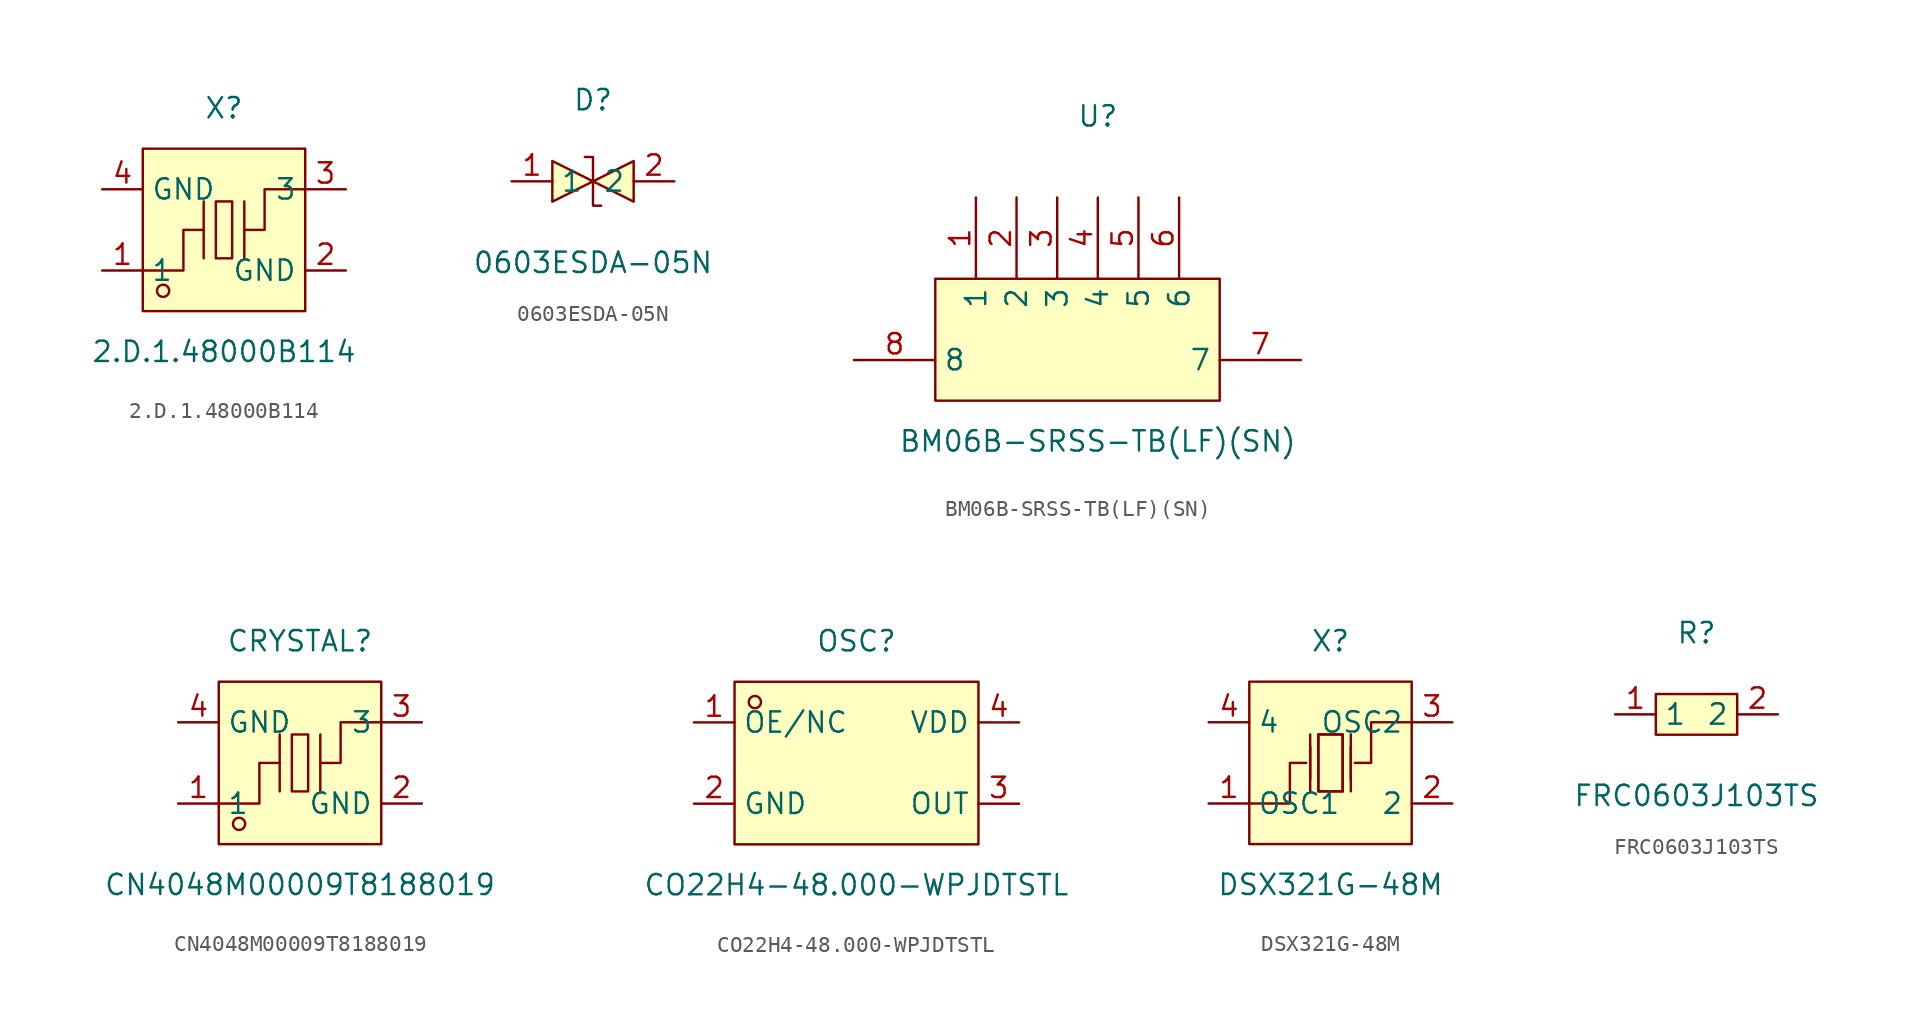
<source format=kicad_sym>
(kicad_symbol_lib
  (version 20211014)
  (generator https://github.com/uPesy/easyeda2kicad.py)
  (symbol "2.D.1.48000B114"
    (property "Reference" "X"
      (at 0 7.62 0)
      (effects (font (size 1.27 1.27))))
    (property "Value" "2.D.1.48000B114"
      (at 0 -7.62 0)
      (effects (font (size 1.27 1.27))))
    (symbol "2.D.1.48000B114_0_1"
      (rectangle (start -5.08 5.08) (end 5.08 -5.08) (stroke (width 0) (type default) (color 0 0 0 0)) (fill (type background)))
      (rectangle (start -0.51 1.78) (end 0.51 -1.78) (stroke (width 0) (type default) (color 0 0 0 0)) (fill (type background)))
      (circle (center -3.81 -3.81) (radius 0.38) (stroke (width 0) (type default) (color 0 0 0 0)) (fill (type none)))
      (polyline (pts (xy -1.27 -1.78) (xy -1.27 1.78)) (stroke (width 0) (type default) (color 0 0 0 0)) (fill (type none)))
      (polyline (pts (xy 1.27 -1.78) (xy 1.27 1.78)) (stroke (width 0) (type default) (color 0 0 0 0)) (fill (type none)))
      (polyline (pts (xy -5.08 -2.54) (xy -2.54 -2.54) (xy -2.54 -0.00) (xy -1.27 -0.00)) (stroke (width 0) (type default) (color 0 0 0 0)) (fill (type none)))
      (polyline (pts (xy 5.08 2.54) (xy 2.54 2.54) (xy 2.54 -0.00) (xy 1.27 -0.00)) (stroke (width 0) (type default) (color 0 0 0 0)) (fill (type none)))
      (pin input line (at -7.62 -2.54 0) (length 2.54) (name "1" (effects (font (size 1.27 1.27)))) (number "1" (effects (font (size 1.27 1.27)))))
      (pin input line (at 7.62 2.54 180) (length 2.54) (name "3" (effects (font (size 1.27 1.27)))) (number "3" (effects (font (size 1.27 1.27)))))
      (pin input line (at -7.62 2.54 0) (length 2.54) (name "GND" (effects (font (size 1.27 1.27)))) (number "4" (effects (font (size 1.27 1.27)))))
      (pin input line (at 7.62 -2.54 180) (length 2.54) (name "GND" (effects (font (size 1.27 1.27)))) (number "2" (effects (font (size 1.27 1.27)))))))
  (symbol "0603ESDA-05N"
    (property "Reference" "D"
      (at 0 5.08 0)
      (effects (font (size 1.27 1.27))))
    (property "Value" "0603ESDA-05N"
      (at 0 -5.08 0)
      (effects (font (size 1.27 1.27))))
    (symbol "0603ESDA-05N_0_1"
      (polyline (pts (xy -0.51 1.52) (xy -0.51 1.52) (xy 0.00 1.52) (xy 0.00 -1.52) (xy 0.51 -1.52) (xy 0.51 -1.52)) (stroke (width 0) (type default) (color 0 0 0 0)) (fill (type none)))
      (polyline (pts (xy -2.54 1.27) (xy 0.00 -0.00) (xy -2.54 -1.27) (xy -2.54 1.27)) (stroke (width 0) (type default) (color 0 0 0 0)) (fill (type background)))
      (polyline (pts (xy 2.54 1.27) (xy 0.00 -0.00) (xy 2.54 -1.27) (xy 2.54 1.27)) (stroke (width 0) (type default) (color 0 0 0 0)) (fill (type background)))
      (pin unspecified line (at 5.08 -0.00 180) (length 2.54) (name "2" (effects (font (size 1.27 1.27)))) (number "2" (effects (font (size 1.27 1.27)))))
      (pin unspecified line (at -5.08 -0.00 0) (length 2.54) (name "1" (effects (font (size 1.27 1.27)))) (number "1" (effects (font (size 1.27 1.27)))))))
  (symbol "BM06B-SRSS-TB(LF)(SN)"
    (property "Reference" "U"
      (at 0 12.70 0)
      (effects (font (size 1.27 1.27))))
    (property "Value" "BM06B-SRSS-TB(LF)(SN)"
      (at 0 -7.62 0)
      (effects (font (size 1.27 1.27))))
    (symbol "BM06B-SRSS-TB(LF)(SN)_0_1"
      (rectangle (start -10.16 2.54) (end 7.62 -5.08) (stroke (width 0) (type default) (color 0 0 0 0)) (fill (type background)))
      (pin unspecified line (at -7.62 7.62 270) (length 5.08) (name "1" (effects (font (size 1.27 1.27)))) (number "1" (effects (font (size 1.27 1.27)))))
      (pin unspecified line (at -5.08 7.62 270) (length 5.08) (name "2" (effects (font (size 1.27 1.27)))) (number "2" (effects (font (size 1.27 1.27)))))
      (pin unspecified line (at -2.54 7.62 270) (length 5.08) (name "3" (effects (font (size 1.27 1.27)))) (number "3" (effects (font (size 1.27 1.27)))))
      (pin unspecified line (at 0.00 7.62 270) (length 5.08) (name "4" (effects (font (size 1.27 1.27)))) (number "4" (effects (font (size 1.27 1.27)))))
      (pin unspecified line (at 2.54 7.62 270) (length 5.08) (name "5" (effects (font (size 1.27 1.27)))) (number "5" (effects (font (size 1.27 1.27)))))
      (pin unspecified line (at 5.08 7.62 270) (length 5.08) (name "6" (effects (font (size 1.27 1.27)))) (number "6" (effects (font (size 1.27 1.27)))))
      (pin unspecified line (at 12.70 -2.54 180) (length 5.08) (name "7" (effects (font (size 1.27 1.27)))) (number "7" (effects (font (size 1.27 1.27)))))
      (pin unspecified line (at -15.24 -2.54 0) (length 5.08) (name "8" (effects (font (size 1.27 1.27)))) (number "8" (effects (font (size 1.27 1.27)))))))
  (symbol "CN4048M00009T8188019"
    (property "Reference" "CRYSTAL"
      (at 0 7.62 0)
      (effects (font (size 1.27 1.27))))
    (property "Value" "CN4048M00009T8188019"
      (at 0 -7.62 0)
      (effects (font (size 1.27 1.27))))
    (symbol "CN4048M00009T8188019_0_1"
      (rectangle (start -5.08 5.08) (end 5.08 -5.08) (stroke (width 0) (type default) (color 0 0 0 0)) (fill (type background)))
      (rectangle (start -0.51 1.78) (end 0.51 -1.78) (stroke (width 0) (type default) (color 0 0 0 0)) (fill (type background)))
      (circle (center -3.81 -3.81) (radius 0.38) (stroke (width 0) (type default) (color 0 0 0 0)) (fill (type none)))
      (polyline (pts (xy -1.27 -1.78) (xy -1.27 1.78)) (stroke (width 0) (type default) (color 0 0 0 0)) (fill (type none)))
      (polyline (pts (xy 1.27 -1.78) (xy 1.27 1.78)) (stroke (width 0) (type default) (color 0 0 0 0)) (fill (type none)))
      (polyline (pts (xy -5.08 -2.54) (xy -2.54 -2.54) (xy -2.54 -0.00) (xy -1.27 -0.00)) (stroke (width 0) (type default) (color 0 0 0 0)) (fill (type none)))
      (polyline (pts (xy 5.08 2.54) (xy 2.54 2.54) (xy 2.54 -0.00) (xy 1.27 -0.00)) (stroke (width 0) (type default) (color 0 0 0 0)) (fill (type none)))
      (pin input line (at -7.62 -2.54 0) (length 2.54) (name "1" (effects (font (size 1.27 1.27)))) (number "1" (effects (font (size 1.27 1.27)))))
      (pin input line (at 7.62 2.54 180) (length 2.54) (name "3" (effects (font (size 1.27 1.27)))) (number "3" (effects (font (size 1.27 1.27)))))
      (pin input line (at -7.62 2.54 0) (length 2.54) (name "GND" (effects (font (size 1.27 1.27)))) (number "4" (effects (font (size 1.27 1.27)))))
      (pin input line (at 7.62 -2.54 180) (length 2.54) (name "GND" (effects (font (size 1.27 1.27)))) (number "2" (effects (font (size 1.27 1.27)))))))
  (symbol "CO22H4-48.000-WPJDTSTL"
    (property "Reference" "OSC"
      (at 0 7.62 0)
      (effects (font (size 1.27 1.27))))
    (property "Value" "CO22H4-48.000-WPJDTSTL"
      (at 0 -7.62 0)
      (effects (font (size 1.27 1.27))))
    (symbol "CO22H4-48.000-WPJDTSTL_0_1"
      (rectangle (start -7.62 5.08) (end 7.62 -5.08) (stroke (width 0) (type default) (color 0 0 0 0)) (fill (type background)))
      (circle (center -6.35 3.81) (radius 0.38) (stroke (width 0) (type default) (color 0 0 0 0)) (fill (type none)))
      (pin unspecified line (at -10.16 2.54 0) (length 2.54) (name "OE/NC" (effects (font (size 1.27 1.27)))) (number "1" (effects (font (size 1.27 1.27)))))
      (pin unspecified line (at -10.16 -2.54 0) (length 2.54) (name "GND" (effects (font (size 1.27 1.27)))) (number "2" (effects (font (size 1.27 1.27)))))
      (pin unspecified line (at 10.16 -2.54 180) (length 2.54) (name "OUT" (effects (font (size 1.27 1.27)))) (number "3" (effects (font (size 1.27 1.27)))))
      (pin unspecified line (at 10.16 2.54 180) (length 2.54) (name "VDD" (effects (font (size 1.27 1.27)))) (number "4" (effects (font (size 1.27 1.27)))))))
  (symbol "DSX321G-48M"
    (property "Reference" "X"
      (at 0 7.62 0)
      (effects (font (size 1.27 1.27))))
    (property "Value" "DSX321G-48M"
      (at 0 -7.62 0)
      (effects (font (size 1.27 1.27))))
    (symbol "DSX321G-48M_0_1"
      (rectangle (start -5.08 5.08) (end 5.08 -5.08) (stroke (width 0) (type default) (color 0 0 0 0)) (fill (type background)))
      (polyline (pts (xy -1.27 -1.02) (xy -1.27 1.02)) (stroke (width 0) (type default) (color 0 0 0 0)) (fill (type none)))
      (polyline (pts (xy 0.76 -1.78) (xy -0.76 -1.78)) (stroke (width 0) (type default) (color 0 0 0 0)) (fill (type none)))
      (polyline (pts (xy 1.27 -1.02) (xy 1.27 1.02)) (stroke (width 0) (type default) (color 0 0 0 0)) (fill (type none)))
      (polyline (pts (xy -0.76 -1.78) (xy -0.76 1.78) (xy 0.76 1.78) (xy 0.76 -1.78)) (stroke (width 0) (type default) (color 0 0 0 0)) (fill (type none)))
      (polyline (pts (xy 5.08 2.54) (xy 2.54 2.54) (xy 2.54 -0.00) (xy 1.52 -0.00)) (stroke (width 0) (type default) (color 0 0 0 0)) (fill (type none)))
      (polyline (pts (xy -5.08 -2.54) (xy -2.54 -2.54) (xy -2.54 -0.00) (xy -1.52 -0.00)) (stroke (width 0) (type default) (color 0 0 0 0)) (fill (type none)))
      (polyline (pts (xy 1.27 -1.78) (xy 1.27 1.78)) (stroke (width 0) (type default) (color 0 0 0 0)) (fill (type none)))
      (polyline (pts (xy -1.27 -1.78) (xy -1.27 1.78)) (stroke (width 0) (type default) (color 0 0 0 0)) (fill (type none)))
      (polyline (pts (xy 0.76 1.78) (xy 0.76 -1.78) (xy -0.76 -1.78) (xy -0.76 1.78) (xy 0.76 1.78)) (stroke (width 0) (type default) (color 0 0 0 0)) (fill (type background)))
      (pin unspecified line (at -7.62 2.54 0) (length 2.54) (name "4" (effects (font (size 1.27 1.27)))) (number "4" (effects (font (size 1.27 1.27)))))
      (pin unspecified line (at 7.62 -2.54 180) (length 2.54) (name "2" (effects (font (size 1.27 1.27)))) (number "2" (effects (font (size 1.27 1.27)))))
      (pin unspecified line (at -7.62 -2.54 0) (length 2.54) (name "OSC1" (effects (font (size 1.27 1.27)))) (number "1" (effects (font (size 1.27 1.27)))))
      (pin unspecified line (at 7.62 2.54 180) (length 2.54) (name "OSC2" (effects (font (size 1.27 1.27)))) (number "3" (effects (font (size 1.27 1.27)))))))
  (symbol "FRC0603J103TS"
    (property "Reference" "R"
      (at 0 5.08 0)
      (effects (font (size 1.27 1.27))))
    (property "Value" "FRC0603J103TS"
      (at 0 -5.08 0)
      (effects (font (size 1.27 1.27))))
    (symbol "FRC0603J103TS_0_1"
      (rectangle (start -2.54 1.27) (end 2.54 -1.27) (stroke (width 0) (type default) (color 0 0 0 0)) (fill (type background)))
      (pin unspecified line (at 5.08 -0.00 180) (length 2.54) (name "2" (effects (font (size 1.27 1.27)))) (number "2" (effects (font (size 1.27 1.27)))))
      (pin unspecified line (at -5.08 -0.00 0) (length 2.54) (name "1" (effects (font (size 1.27 1.27)))) (number "1" (effects (font (size 1.27 1.27))))))))
</source>
